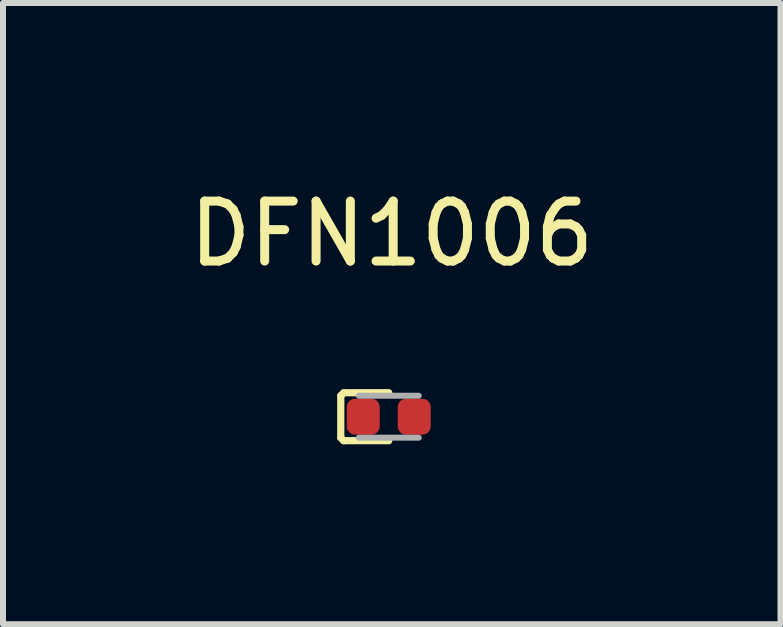
<source format=kicad_pcb>
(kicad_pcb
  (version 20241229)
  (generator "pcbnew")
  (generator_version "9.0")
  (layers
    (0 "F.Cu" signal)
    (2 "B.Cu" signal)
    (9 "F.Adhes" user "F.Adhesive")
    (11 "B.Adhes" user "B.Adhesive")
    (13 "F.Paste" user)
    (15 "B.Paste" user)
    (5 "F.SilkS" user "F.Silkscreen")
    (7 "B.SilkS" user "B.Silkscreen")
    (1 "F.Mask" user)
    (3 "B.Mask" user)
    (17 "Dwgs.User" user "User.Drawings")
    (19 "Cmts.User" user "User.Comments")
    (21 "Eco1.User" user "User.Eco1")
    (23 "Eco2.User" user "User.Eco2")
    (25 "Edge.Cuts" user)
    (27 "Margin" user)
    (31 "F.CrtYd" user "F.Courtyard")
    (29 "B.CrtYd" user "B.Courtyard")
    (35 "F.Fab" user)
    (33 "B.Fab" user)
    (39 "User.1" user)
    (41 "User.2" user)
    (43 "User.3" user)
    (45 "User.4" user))
  (footprint "DFN1006"
    (layer "F.Cu")
    (at 3.432 3.898)
    (property "Reference" "DFN1006" (at 0.05 -3.05 0) (unlocked yes) (layer "F.SilkS") (effects (font (size 1 1) (thickness 0.15))))
    (attr smd)
    (fp_line (start -0.8 -0.35) (end -0.8 0.35) (stroke (width 0.12) (type solid)) (layer "F.SilkS"))
    (fp_line (start -0.8 0.35) (end -0.75 0.4) (stroke (width 0.12) (type solid)) (layer "F.SilkS"))
    (fp_line (start -0.75 -0.4) (end -0.8 -0.35) (stroke (width 0.12) (type solid)) (layer "F.SilkS"))
    (fp_line (start -0.75 0.4) (end 0 0.4) (stroke (width 0.12) (type solid)) (layer "F.SilkS"))
    (fp_line (start 0 -0.4) (end -0.75 -0.4) (stroke (width 0.12) (type solid)) (layer "F.SilkS"))
    (fp_line (start -0.5 -0.35) (end 0.5 -0.35) (stroke (width 0.1) (type solid)) (layer "F.Fab"))
    (fp_line (start 0.5 0.35) (end -0.5 0.35) (stroke (width 0.1) (type solid)) (layer "F.Fab"))
    (pad "1" smd roundrect (at -0.425 0) (size 0.55 0.6) (layers "F.Cu" "F.Mask" "F.Paste") (roundrect_rratio 0.25))
    (pad "2" smd roundrect (at 0.425 0) (size 0.55 0.6) (layers "F.Cu" "F.Mask" "F.Paste") (roundrect_rratio 0.25)))
  (gr_rect
    (start -3 -3)
    (end 9.964 7.358)
    (stroke (width 0.1) (type default))
    (fill no)
    (layer "Edge.Cuts")))
</source>
